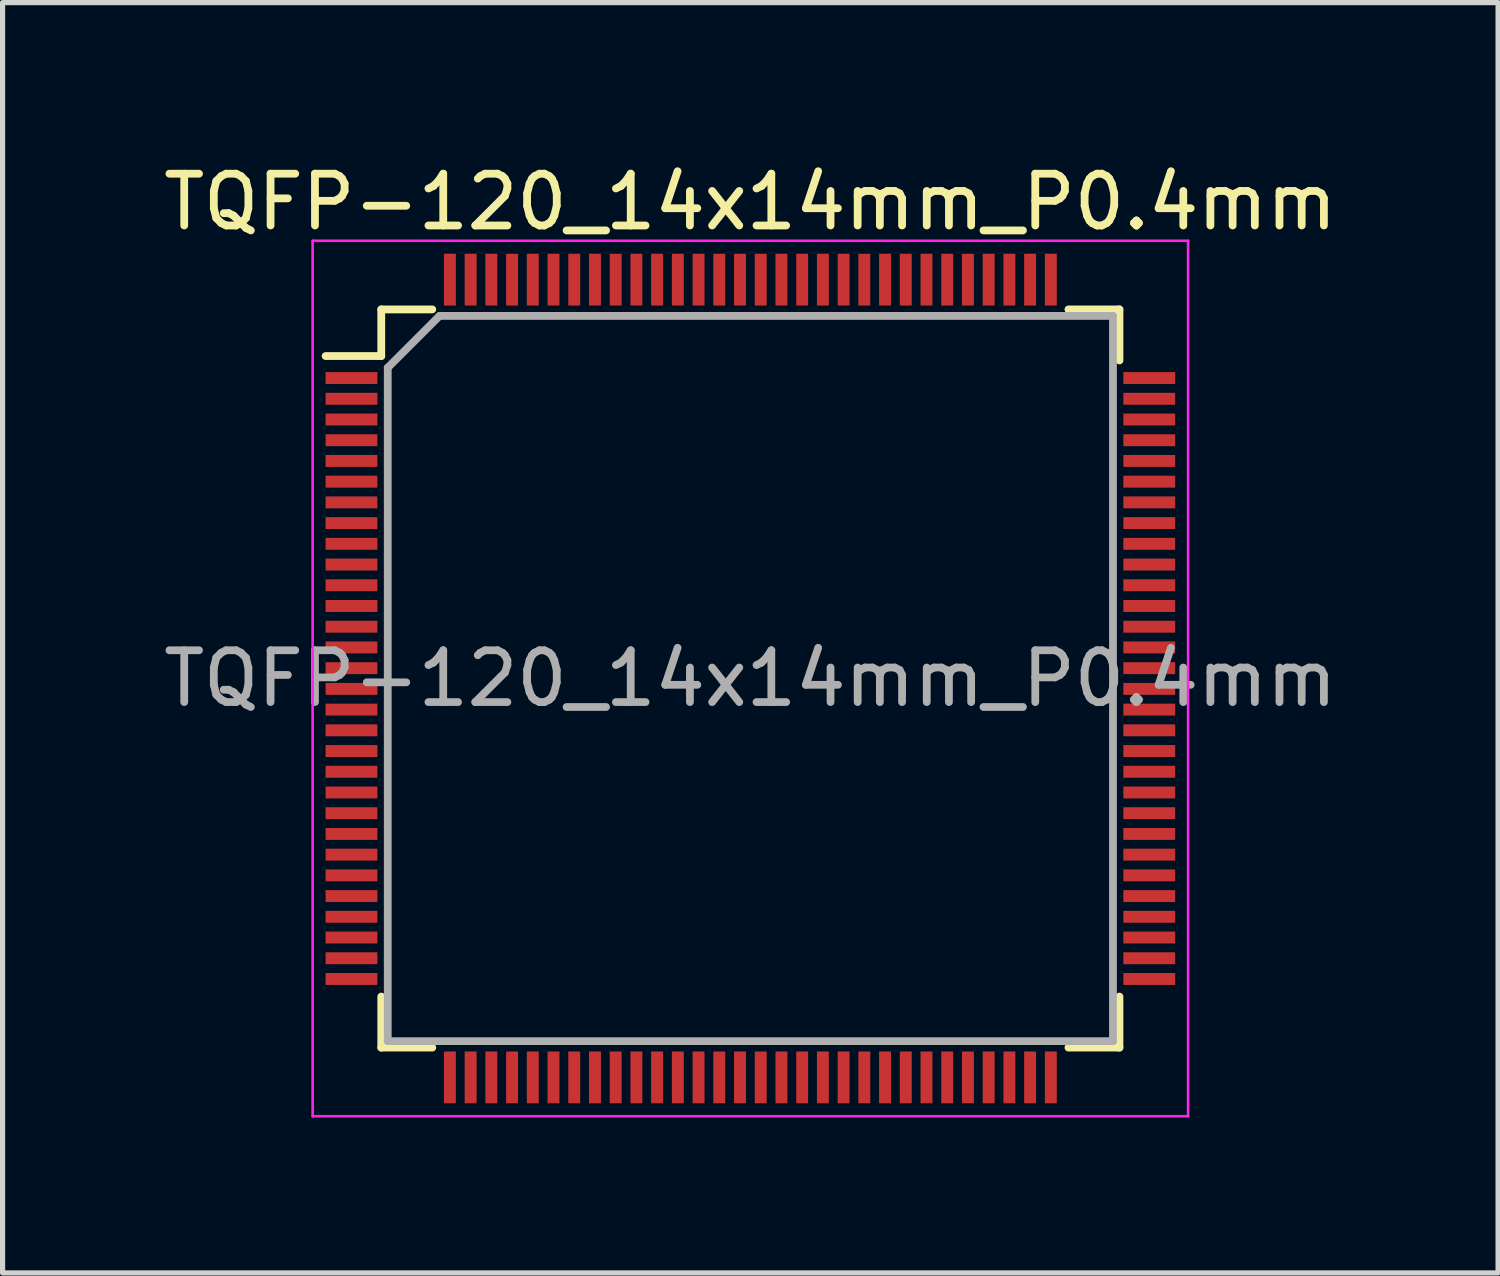
<source format=kicad_pcb>
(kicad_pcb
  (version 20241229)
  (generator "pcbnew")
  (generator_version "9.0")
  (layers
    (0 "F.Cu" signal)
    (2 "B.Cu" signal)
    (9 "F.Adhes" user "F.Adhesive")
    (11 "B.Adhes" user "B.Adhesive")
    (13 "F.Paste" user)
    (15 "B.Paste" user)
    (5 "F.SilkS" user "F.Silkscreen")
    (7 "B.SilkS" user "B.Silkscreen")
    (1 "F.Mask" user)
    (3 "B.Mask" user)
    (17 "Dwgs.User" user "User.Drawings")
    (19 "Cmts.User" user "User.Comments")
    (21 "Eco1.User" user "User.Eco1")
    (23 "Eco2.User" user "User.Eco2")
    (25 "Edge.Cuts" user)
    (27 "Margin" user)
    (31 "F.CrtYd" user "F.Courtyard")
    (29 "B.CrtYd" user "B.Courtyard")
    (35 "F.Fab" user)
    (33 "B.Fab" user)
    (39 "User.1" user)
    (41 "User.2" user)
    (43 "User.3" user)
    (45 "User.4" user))
  (footprint "TQFP-120_14x14mm_P0.4mm"
    (layer "F.Cu")
    (at 11.435 10.048)
    (property "Reference" "TQFP-120_14x14mm_P0.4mm" (at 0 -9.2 0) (layer "F.SilkS") (effects (font (size 1 1) (thickness 0.15))))
    (attr smd)
    (fp_line (start -7.125 -7.125) (end -7.125 -6.225) (stroke (width 0.15) (type solid)) (layer "F.SilkS"))
    (fp_line (start -7.125 -7.125) (end -6.14 -7.125) (stroke (width 0.15) (type solid)) (layer "F.SilkS"))
    (fp_line (start -7.125 -6.225) (end -8.2 -6.225) (stroke (width 0.15) (type solid)) (layer "F.SilkS"))
    (fp_line (start -7.125 7.125) (end -7.125 6.14) (stroke (width 0.15) (type solid)) (layer "F.SilkS"))
    (fp_line (start -7.125 7.125) (end -6.14 7.125) (stroke (width 0.15) (type solid)) (layer "F.SilkS"))
    (fp_line (start 7.125 -7.125) (end 6.14 -7.125) (stroke (width 0.15) (type solid)) (layer "F.SilkS"))
    (fp_line (start 7.125 -7.125) (end 7.125 -6.14) (stroke (width 0.15) (type solid)) (layer "F.SilkS"))
    (fp_line (start 7.125 7.125) (end 6.14 7.125) (stroke (width 0.15) (type solid)) (layer "F.SilkS"))
    (fp_line (start 7.125 7.125) (end 7.125 6.14) (stroke (width 0.15) (type solid)) (layer "F.SilkS"))
    (fp_line (start -8.45 -8.45) (end -8.45 8.45) (stroke (width 0.05) (type solid)) (layer "F.CrtYd"))
    (fp_line (start -8.45 -8.45) (end 8.45 -8.45) (stroke (width 0.05) (type solid)) (layer "F.CrtYd"))
    (fp_line (start -8.45 8.45) (end 8.45 8.45) (stroke (width 0.05) (type solid)) (layer "F.CrtYd"))
    (fp_line (start 8.45 -8.45) (end 8.45 8.45) (stroke (width 0.05) (type solid)) (layer "F.CrtYd"))
    (fp_line (start -7 -6) (end -6 -7) (stroke (width 0.15) (type solid)) (layer "F.Fab"))
    (fp_line (start -7 7) (end -7 -6) (stroke (width 0.15) (type solid)) (layer "F.Fab"))
    (fp_line (start -6 -7) (end 7 -7) (stroke (width 0.15) (type solid)) (layer "F.Fab"))
    (fp_line (start 7 -7) (end 7 7) (stroke (width 0.15) (type solid)) (layer "F.Fab"))
    (fp_line (start 7 7) (end -7 7) (stroke (width 0.15) (type solid)) (layer "F.Fab"))
    (fp_text user "${REFERENCE}" (at 0 0 0) (layer "F.Fab") (effects (font (size 1 1) (thickness 0.15))))
    (pad "1" smd rect (at -7.7 -5.8) (size 1 0.23) (layers "F.Cu" "F.Mask" "F.Paste"))
    (pad "2" smd rect (at -7.7 -5.4) (size 1 0.23) (layers "F.Cu" "F.Mask" "F.Paste"))
    (pad "3" smd rect (at -7.7 -5) (size 1 0.23) (layers "F.Cu" "F.Mask" "F.Paste"))
    (pad "4" smd rect (at -7.7 -4.6) (size 1 0.23) (layers "F.Cu" "F.Mask" "F.Paste"))
    (pad "5" smd rect (at -7.7 -4.2) (size 1 0.23) (layers "F.Cu" "F.Mask" "F.Paste"))
    (pad "6" smd rect (at -7.7 -3.8) (size 1 0.23) (layers "F.Cu" "F.Mask" "F.Paste"))
    (pad "7" smd rect (at -7.7 -3.4) (size 1 0.23) (layers "F.Cu" "F.Mask" "F.Paste"))
    (pad "8" smd rect (at -7.7 -3) (size 1 0.23) (layers "F.Cu" "F.Mask" "F.Paste"))
    (pad "9" smd rect (at -7.7 -2.6) (size 1 0.23) (layers "F.Cu" "F.Mask" "F.Paste"))
    (pad "10" smd rect (at -7.7 -2.2) (size 1 0.23) (layers "F.Cu" "F.Mask" "F.Paste"))
    (pad "11" smd rect (at -7.7 -1.8) (size 1 0.23) (layers "F.Cu" "F.Mask" "F.Paste"))
    (pad "12" smd rect (at -7.7 -1.4) (size 1 0.23) (layers "F.Cu" "F.Mask" "F.Paste"))
    (pad "13" smd rect (at -7.7 -1) (size 1 0.23) (layers "F.Cu" "F.Mask" "F.Paste"))
    (pad "14" smd rect (at -7.7 -0.6) (size 1 0.23) (layers "F.Cu" "F.Mask" "F.Paste"))
    (pad "15" smd rect (at -7.7 -0.2) (size 1 0.23) (layers "F.Cu" "F.Mask" "F.Paste"))
    (pad "16" smd rect (at -7.7 0.2) (size 1 0.23) (layers "F.Cu" "F.Mask" "F.Paste"))
    (pad "17" smd rect (at -7.7 0.6) (size 1 0.23) (layers "F.Cu" "F.Mask" "F.Paste"))
    (pad "18" smd rect (at -7.7 1) (size 1 0.23) (layers "F.Cu" "F.Mask" "F.Paste"))
    (pad "19" smd rect (at -7.7 1.4) (size 1 0.23) (layers "F.Cu" "F.Mask" "F.Paste"))
    (pad "20" smd rect (at -7.7 1.8) (size 1 0.23) (layers "F.Cu" "F.Mask" "F.Paste"))
    (pad "21" smd rect (at -7.7 2.2) (size 1 0.23) (layers "F.Cu" "F.Mask" "F.Paste"))
    (pad "22" smd rect (at -7.7 2.6) (size 1 0.23) (layers "F.Cu" "F.Mask" "F.Paste"))
    (pad "23" smd rect (at -7.7 3) (size 1 0.23) (layers "F.Cu" "F.Mask" "F.Paste"))
    (pad "24" smd rect (at -7.7 3.4) (size 1 0.23) (layers "F.Cu" "F.Mask" "F.Paste"))
    (pad "25" smd rect (at -7.7 3.8) (size 1 0.23) (layers "F.Cu" "F.Mask" "F.Paste"))
    (pad "26" smd rect (at -7.7 4.2) (size 1 0.23) (layers "F.Cu" "F.Mask" "F.Paste"))
    (pad "27" smd rect (at -7.7 4.6) (size 1 0.23) (layers "F.Cu" "F.Mask" "F.Paste"))
    (pad "28" smd rect (at -7.7 5) (size 1 0.23) (layers "F.Cu" "F.Mask" "F.Paste"))
    (pad "29" smd rect (at -7.7 5.4) (size 1 0.23) (layers "F.Cu" "F.Mask" "F.Paste"))
    (pad "30" smd rect (at -7.7 5.8) (size 1 0.23) (layers "F.Cu" "F.Mask" "F.Paste"))
    (pad "31" smd rect (at -5.8 7.7 90) (size 1 0.23) (layers "F.Cu" "F.Mask" "F.Paste"))
    (pad "32" smd rect (at -5.4 7.7 90) (size 1 0.23) (layers "F.Cu" "F.Mask" "F.Paste"))
    (pad "33" smd rect (at -5 7.7 90) (size 1 0.23) (layers "F.Cu" "F.Mask" "F.Paste"))
    (pad "34" smd rect (at -4.6 7.7 90) (size 1 0.23) (layers "F.Cu" "F.Mask" "F.Paste"))
    (pad "35" smd rect (at -4.2 7.7 90) (size 1 0.23) (layers "F.Cu" "F.Mask" "F.Paste"))
    (pad "36" smd rect (at -3.8 7.7 90) (size 1 0.23) (layers "F.Cu" "F.Mask" "F.Paste"))
    (pad "37" smd rect (at -3.4 7.7 90) (size 1 0.23) (layers "F.Cu" "F.Mask" "F.Paste"))
    (pad "38" smd rect (at -3 7.7 90) (size 1 0.23) (layers "F.Cu" "F.Mask" "F.Paste"))
    (pad "39" smd rect (at -2.6 7.7 90) (size 1 0.23) (layers "F.Cu" "F.Mask" "F.Paste"))
    (pad "40" smd rect (at -2.2 7.7 90) (size 1 0.23) (layers "F.Cu" "F.Mask" "F.Paste"))
    (pad "41" smd rect (at -1.8 7.7 90) (size 1 0.23) (layers "F.Cu" "F.Mask" "F.Paste"))
    (pad "42" smd rect (at -1.4 7.7 90) (size 1 0.23) (layers "F.Cu" "F.Mask" "F.Paste"))
    (pad "43" smd rect (at -1 7.7 90) (size 1 0.23) (layers "F.Cu" "F.Mask" "F.Paste"))
    (pad "44" smd rect (at -0.6 7.7 90) (size 1 0.23) (layers "F.Cu" "F.Mask" "F.Paste"))
    (pad "45" smd rect (at -0.2 7.7 90) (size 1 0.23) (layers "F.Cu" "F.Mask" "F.Paste"))
    (pad "46" smd rect (at 0.2 7.7 90) (size 1 0.23) (layers "F.Cu" "F.Mask" "F.Paste"))
    (pad "47" smd rect (at 0.6 7.7 90) (size 1 0.23) (layers "F.Cu" "F.Mask" "F.Paste"))
    (pad "48" smd rect (at 1 7.7 90) (size 1 0.23) (layers "F.Cu" "F.Mask" "F.Paste"))
    (pad "49" smd rect (at 1.4 7.7 90) (size 1 0.23) (layers "F.Cu" "F.Mask" "F.Paste"))
    (pad "50" smd rect (at 1.8 7.7 90) (size 1 0.23) (layers "F.Cu" "F.Mask" "F.Paste"))
    (pad "51" smd rect (at 2.2 7.7 90) (size 1 0.23) (layers "F.Cu" "F.Mask" "F.Paste"))
    (pad "52" smd rect (at 2.6 7.7 90) (size 1 0.23) (layers "F.Cu" "F.Mask" "F.Paste"))
    (pad "53" smd rect (at 3 7.7 90) (size 1 0.23) (layers "F.Cu" "F.Mask" "F.Paste"))
    (pad "54" smd rect (at 3.4 7.7 90) (size 1 0.23) (layers "F.Cu" "F.Mask" "F.Paste"))
    (pad "55" smd rect (at 3.8 7.7 90) (size 1 0.23) (layers "F.Cu" "F.Mask" "F.Paste"))
    (pad "56" smd rect (at 4.2 7.7 90) (size 1 0.23) (layers "F.Cu" "F.Mask" "F.Paste"))
    (pad "57" smd rect (at 4.6 7.7 90) (size 1 0.23) (layers "F.Cu" "F.Mask" "F.Paste"))
    (pad "58" smd rect (at 5 7.7 90) (size 1 0.23) (layers "F.Cu" "F.Mask" "F.Paste"))
    (pad "59" smd rect (at 5.4 7.7 90) (size 1 0.23) (layers "F.Cu" "F.Mask" "F.Paste"))
    (pad "60" smd rect (at 5.8 7.7 90) (size 1 0.23) (layers "F.Cu" "F.Mask" "F.Paste"))
    (pad "61" smd rect (at 7.7 5.8) (size 1 0.23) (layers "F.Cu" "F.Mask" "F.Paste"))
    (pad "62" smd rect (at 7.7 5.4) (size 1 0.23) (layers "F.Cu" "F.Mask" "F.Paste"))
    (pad "63" smd rect (at 7.7 5) (size 1 0.23) (layers "F.Cu" "F.Mask" "F.Paste"))
    (pad "64" smd rect (at 7.7 4.6) (size 1 0.23) (layers "F.Cu" "F.Mask" "F.Paste"))
    (pad "65" smd rect (at 7.7 4.2) (size 1 0.23) (layers "F.Cu" "F.Mask" "F.Paste"))
    (pad "66" smd rect (at 7.7 3.8) (size 1 0.23) (layers "F.Cu" "F.Mask" "F.Paste"))
    (pad "67" smd rect (at 7.7 3.4) (size 1 0.23) (layers "F.Cu" "F.Mask" "F.Paste"))
    (pad "68" smd rect (at 7.7 3) (size 1 0.23) (layers "F.Cu" "F.Mask" "F.Paste"))
    (pad "69" smd rect (at 7.7 2.6) (size 1 0.23) (layers "F.Cu" "F.Mask" "F.Paste"))
    (pad "70" smd rect (at 7.7 2.2) (size 1 0.23) (layers "F.Cu" "F.Mask" "F.Paste"))
    (pad "71" smd rect (at 7.7 1.8) (size 1 0.23) (layers "F.Cu" "F.Mask" "F.Paste"))
    (pad "72" smd rect (at 7.7 1.4) (size 1 0.23) (layers "F.Cu" "F.Mask" "F.Paste"))
    (pad "73" smd rect (at 7.7 1) (size 1 0.23) (layers "F.Cu" "F.Mask" "F.Paste"))
    (pad "74" smd rect (at 7.7 0.6) (size 1 0.23) (layers "F.Cu" "F.Mask" "F.Paste"))
    (pad "75" smd rect (at 7.7 0.2) (size 1 0.23) (layers "F.Cu" "F.Mask" "F.Paste"))
    (pad "76" smd rect (at 7.7 -0.2) (size 1 0.23) (layers "F.Cu" "F.Mask" "F.Paste"))
    (pad "77" smd rect (at 7.7 -0.6) (size 1 0.23) (layers "F.Cu" "F.Mask" "F.Paste"))
    (pad "78" smd rect (at 7.7 -1) (size 1 0.23) (layers "F.Cu" "F.Mask" "F.Paste"))
    (pad "79" smd rect (at 7.7 -1.4) (size 1 0.23) (layers "F.Cu" "F.Mask" "F.Paste"))
    (pad "80" smd rect (at 7.7 -1.8) (size 1 0.23) (layers "F.Cu" "F.Mask" "F.Paste"))
    (pad "81" smd rect (at 7.7 -2.2) (size 1 0.23) (layers "F.Cu" "F.Mask" "F.Paste"))
    (pad "82" smd rect (at 7.7 -2.6) (size 1 0.23) (layers "F.Cu" "F.Mask" "F.Paste"))
    (pad "83" smd rect (at 7.7 -3) (size 1 0.23) (layers "F.Cu" "F.Mask" "F.Paste"))
    (pad "84" smd rect (at 7.7 -3.4) (size 1 0.23) (layers "F.Cu" "F.Mask" "F.Paste"))
    (pad "85" smd rect (at 7.7 -3.8) (size 1 0.23) (layers "F.Cu" "F.Mask" "F.Paste"))
    (pad "86" smd rect (at 7.7 -4.2) (size 1 0.23) (layers "F.Cu" "F.Mask" "F.Paste"))
    (pad "87" smd rect (at 7.7 -4.6) (size 1 0.23) (layers "F.Cu" "F.Mask" "F.Paste"))
    (pad "88" smd rect (at 7.7 -5) (size 1 0.23) (layers "F.Cu" "F.Mask" "F.Paste"))
    (pad "89" smd rect (at 7.7 -5.4) (size 1 0.23) (layers "F.Cu" "F.Mask" "F.Paste"))
    (pad "90" smd rect (at 7.7 -5.8) (size 1 0.23) (layers "F.Cu" "F.Mask" "F.Paste"))
    (pad "91" smd rect (at 5.8 -7.7 90) (size 1 0.23) (layers "F.Cu" "F.Mask" "F.Paste"))
    (pad "92" smd rect (at 5.4 -7.7 90) (size 1 0.23) (layers "F.Cu" "F.Mask" "F.Paste"))
    (pad "93" smd rect (at 5 -7.7 90) (size 1 0.23) (layers "F.Cu" "F.Mask" "F.Paste"))
    (pad "94" smd rect (at 4.6 -7.7 90) (size 1 0.23) (layers "F.Cu" "F.Mask" "F.Paste"))
    (pad "95" smd rect (at 4.2 -7.7 90) (size 1 0.23) (layers "F.Cu" "F.Mask" "F.Paste"))
    (pad "96" smd rect (at 3.8 -7.7 90) (size 1 0.23) (layers "F.Cu" "F.Mask" "F.Paste"))
    (pad "97" smd rect (at 3.4 -7.7 90) (size 1 0.23) (layers "F.Cu" "F.Mask" "F.Paste"))
    (pad "98" smd rect (at 3 -7.7 90) (size 1 0.23) (layers "F.Cu" "F.Mask" "F.Paste"))
    (pad "99" smd rect (at 2.6 -7.7 90) (size 1 0.23) (layers "F.Cu" "F.Mask" "F.Paste"))
    (pad "100" smd rect (at 2.2 -7.7 90) (size 1 0.23) (layers "F.Cu" "F.Mask" "F.Paste"))
    (pad "101" smd rect (at 1.8 -7.7 90) (size 1 0.23) (layers "F.Cu" "F.Mask" "F.Paste"))
    (pad "102" smd rect (at 1.4 -7.7 90) (size 1 0.23) (layers "F.Cu" "F.Mask" "F.Paste"))
    (pad "103" smd rect (at 1 -7.7 90) (size 1 0.23) (layers "F.Cu" "F.Mask" "F.Paste"))
    (pad "104" smd rect (at 0.6 -7.7 90) (size 1 0.23) (layers "F.Cu" "F.Mask" "F.Paste"))
    (pad "105" smd rect (at 0.2 -7.7 90) (size 1 0.23) (layers "F.Cu" "F.Mask" "F.Paste"))
    (pad "106" smd rect (at -0.2 -7.7 90) (size 1 0.23) (layers "F.Cu" "F.Mask" "F.Paste"))
    (pad "107" smd rect (at -0.6 -7.7 90) (size 1 0.23) (layers "F.Cu" "F.Mask" "F.Paste"))
    (pad "108" smd rect (at -1 -7.7 90) (size 1 0.23) (layers "F.Cu" "F.Mask" "F.Paste"))
    (pad "109" smd rect (at -1.4 -7.7 90) (size 1 0.23) (layers "F.Cu" "F.Mask" "F.Paste"))
    (pad "110" smd rect (at -1.8 -7.7 90) (size 1 0.23) (layers "F.Cu" "F.Mask" "F.Paste"))
    (pad "111" smd rect (at -2.2 -7.7 90) (size 1 0.23) (layers "F.Cu" "F.Mask" "F.Paste"))
    (pad "112" smd rect (at -2.6 -7.7 90) (size 1 0.23) (layers "F.Cu" "F.Mask" "F.Paste"))
    (pad "113" smd rect (at -3 -7.7 90) (size 1 0.23) (layers "F.Cu" "F.Mask" "F.Paste"))
    (pad "114" smd rect (at -3.4 -7.7 90) (size 1 0.23) (layers "F.Cu" "F.Mask" "F.Paste"))
    (pad "115" smd rect (at -3.8 -7.7 90) (size 1 0.23) (layers "F.Cu" "F.Mask" "F.Paste"))
    (pad "116" smd rect (at -4.2 -7.7 90) (size 1 0.23) (layers "F.Cu" "F.Mask" "F.Paste"))
    (pad "117" smd rect (at -4.6 -7.7 90) (size 1 0.23) (layers "F.Cu" "F.Mask" "F.Paste"))
    (pad "118" smd rect (at -5 -7.7 90) (size 1 0.23) (layers "F.Cu" "F.Mask" "F.Paste"))
    (pad "119" smd rect (at -5.4 -7.7 90) (size 1 0.23) (layers "F.Cu" "F.Mask" "F.Paste"))
    (pad "120" smd rect (at -5.8 -7.7 90) (size 1 0.23) (layers "F.Cu" "F.Mask" "F.Paste")))
  (gr_rect
    (start -3 -3)
    (end 25.869 21.523)
    (stroke (width 0.1) (type default))
    (fill no)
    (layer "Edge.Cuts")))
</source>
